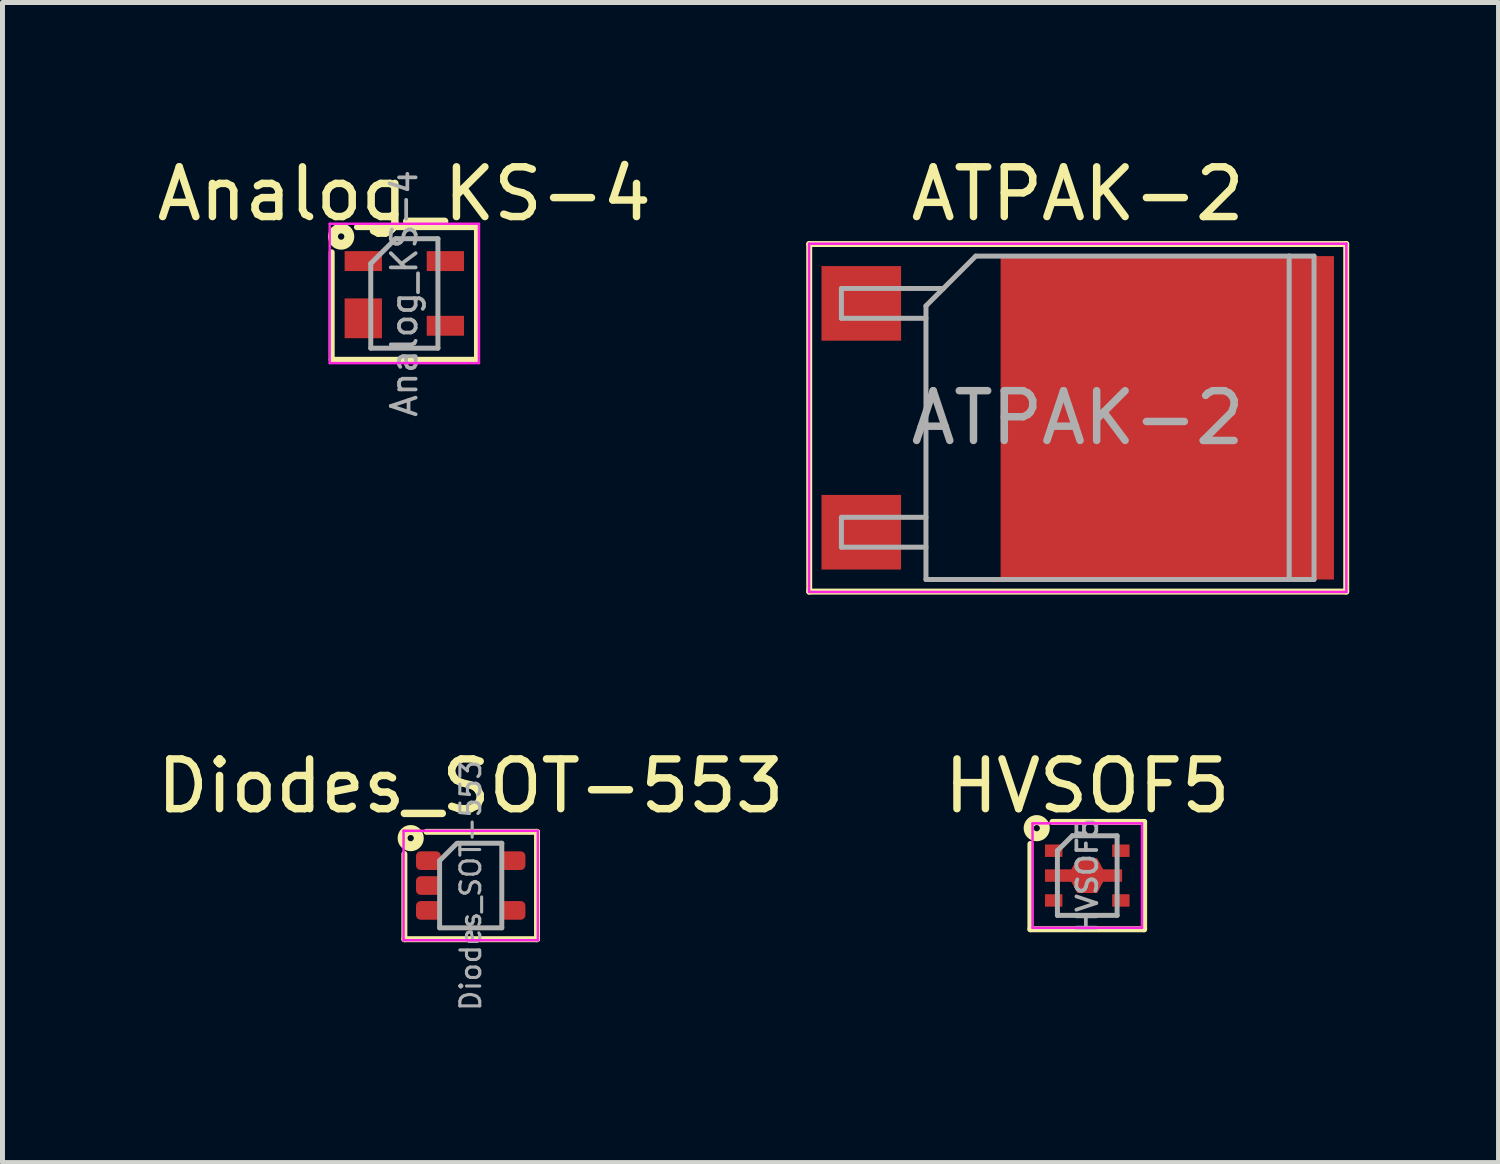
<source format=kicad_pcb>
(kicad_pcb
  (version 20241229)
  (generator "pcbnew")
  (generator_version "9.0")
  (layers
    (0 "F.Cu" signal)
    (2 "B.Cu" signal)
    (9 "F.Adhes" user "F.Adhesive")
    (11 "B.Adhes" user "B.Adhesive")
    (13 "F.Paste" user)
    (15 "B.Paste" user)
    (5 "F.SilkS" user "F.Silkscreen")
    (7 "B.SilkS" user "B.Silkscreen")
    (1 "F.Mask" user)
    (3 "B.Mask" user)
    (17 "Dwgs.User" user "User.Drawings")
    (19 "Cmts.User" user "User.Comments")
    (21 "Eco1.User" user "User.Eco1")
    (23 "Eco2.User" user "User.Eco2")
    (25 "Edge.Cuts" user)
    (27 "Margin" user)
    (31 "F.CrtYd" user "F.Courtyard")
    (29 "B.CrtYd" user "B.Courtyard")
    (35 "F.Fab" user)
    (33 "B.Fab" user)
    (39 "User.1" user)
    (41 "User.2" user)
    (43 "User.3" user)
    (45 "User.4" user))
  (footprint "ATPAK-2"
    (layer "F.Cu")
    (at 18.612 5.348)
    (property "Reference" "ATPAK-2" (at 0 -4.5 0) (layer "F.SilkS") (effects (font (size 1 1) (thickness 0.15))))
    (attr smd)
    (fp_line (start -5.397 -3.493) (end -5.397 3.493) (stroke (width 0.12) (type solid)) (layer "F.SilkS"))
    (fp_line (start -5.397 3.493) (end 5.397 3.493) (stroke (width 0.12) (type solid)) (layer "F.SilkS"))
    (fp_line (start 5.397 -3.493) (end -5.397 -3.493) (stroke (width 0.12) (type solid)) (layer "F.SilkS"))
    (fp_line (start 5.397 3.493) (end 5.397 -3.493) (stroke (width 0.12) (type solid)) (layer "F.SilkS"))
    (fp_line (start -5.4 -3.5) (end -5.4 3.5) (stroke (width 0.05) (type solid)) (layer "F.CrtYd"))
    (fp_line (start -5.4 3.5) (end 5.4 3.5) (stroke (width 0.05) (type solid)) (layer "F.CrtYd"))
    (fp_line (start 5.4 -3.5) (end -5.4 -3.5) (stroke (width 0.05) (type solid)) (layer "F.CrtYd"))
    (fp_line (start 5.4 3.5) (end 5.4 -3.5) (stroke (width 0.05) (type solid)) (layer "F.CrtYd"))
    (fp_line (start -4.75 -2.6) (end -4.75 -2) (stroke (width 0.1) (type solid)) (layer "F.Fab"))
    (fp_line (start -4.75 -2) (end -3.05 -2) (stroke (width 0.1) (type solid)) (layer "F.Fab"))
    (fp_line (start -4.75 2) (end -4.75 2.6) (stroke (width 0.1) (type solid)) (layer "F.Fab"))
    (fp_line (start -4.75 2.6) (end -3.05 2.6) (stroke (width 0.1) (type solid)) (layer "F.Fab"))
    (fp_line (start -3.05 -2.25) (end -2.05 -3.25) (stroke (width 0.1) (type solid)) (layer "F.Fab"))
    (fp_line (start -3.05 2) (end -4.75 2) (stroke (width 0.1) (type solid)) (layer "F.Fab"))
    (fp_line (start -3.05 3.25) (end -3.05 -2.25) (stroke (width 0.1) (type solid)) (layer "F.Fab"))
    (fp_line (start -2.7 -2.6) (end -4.75 -2.6) (stroke (width 0.1) (type solid)) (layer "F.Fab"))
    (fp_line (start -2.05 -3.25) (end 4.25 -3.25) (stroke (width 0.1) (type solid)) (layer "F.Fab"))
    (fp_line (start 4.25 -3.25) (end 4.25 3.25) (stroke (width 0.1) (type solid)) (layer "F.Fab"))
    (fp_line (start 4.25 -3.25) (end 4.75 -3.25) (stroke (width 0.1) (type solid)) (layer "F.Fab"))
    (fp_line (start 4.25 3.25) (end -3.05 3.25) (stroke (width 0.1) (type solid)) (layer "F.Fab"))
    (fp_line (start 4.75 -3.25) (end 4.75 3.25) (stroke (width 0.1) (type solid)) (layer "F.Fab"))
    (fp_line (start 4.75 3.25) (end 4.25 3.25) (stroke (width 0.1) (type solid)) (layer "F.Fab"))
    (fp_text user "${REFERENCE}" (at 0 0 0) (layer "F.Fab") (effects (font (size 1 1) (thickness 0.15))))
    (pad "" smd rect (at 0.05 -1.7) (size 3.2 3.1) (layers "F.Paste"))
    (pad "" smd rect (at 0.05 1.7) (size 3.2 3.1) (layers "F.Paste"))
    (pad "" smd rect (at 3.55 -1.7) (size 3.2 3.1) (layers "F.Paste"))
    (pad "" smd rect (at 3.55 1.7) (size 3.2 3.1) (layers "F.Paste"))
    (pad "1" smd rect (at -4.35 -2.3) (size 1.6 1.5) (layers "F.Cu" "F.Mask" "F.Paste"))
    (pad "2" smd rect (at 1.8 0) (size 6.7 6.5) (layers "F.Cu" "F.Mask"))
    (pad "3" smd rect (at -4.35 2.3) (size 1.6 1.5) (layers "F.Cu" "F.Mask" "F.Paste")))
  (footprint "Analog_KS-4"
    (layer "F.Cu")
    (at 5.077 2.848)
    (property "Reference" "Analog_KS-4" (at 0 -2 0) (layer "F.SilkS") (effects (font (size 1 1) (thickness 0.15))))
    (attr smd)
    (fp_line (start -1.46 -0.826) (end -1.46 1.333) (stroke (width 0.12) (type solid)) (layer "F.SilkS"))
    (fp_line (start -1.46 1.333) (end 1.46 1.333) (stroke (width 0.12) (type solid)) (layer "F.SilkS"))
    (fp_line (start 1.46 -1.333) (end -0.953 -1.333) (stroke (width 0.12) (type solid)) (layer "F.SilkS"))
    (fp_line (start 1.46 1.333) (end 1.46 -1.333) (stroke (width 0.12) (type solid)) (layer "F.SilkS"))
    (fp_circle (center -1.27 -1.143) (end -1.206 -1.143) (stroke (width 0.2) (type solid)) (fill no) (layer "F.SilkS"))
    (fp_line (start -1.5 -1.4) (end -1.5 1.4) (stroke (width 0.05) (type solid)) (layer "F.CrtYd"))
    (fp_line (start -1.5 -1.4) (end 1.5 -1.4) (stroke (width 0.05) (type solid)) (layer "F.CrtYd"))
    (fp_line (start -1.5 1.4) (end 1.5 1.4) (stroke (width 0.05) (type solid)) (layer "F.CrtYd"))
    (fp_line (start 1.5 1.4) (end 1.5 -1.4) (stroke (width 0.05) (type solid)) (layer "F.CrtYd"))
    (fp_line (start -0.675 -0.6) (end -0.675 1.1) (stroke (width 0.1) (type solid)) (layer "F.Fab"))
    (fp_line (start -0.175 -1.1) (end -0.675 -0.6) (stroke (width 0.1) (type solid)) (layer "F.Fab"))
    (fp_line (start 0.675 -1.1) (end -0.175 -1.1) (stroke (width 0.1) (type solid)) (layer "F.Fab"))
    (fp_line (start 0.675 -1.1) (end 0.675 1.1) (stroke (width 0.1) (type solid)) (layer "F.Fab"))
    (fp_line (start 0.675 1.1) (end -0.675 1.1) (stroke (width 0.1) (type solid)) (layer "F.Fab"))
    (fp_text user "${REFERENCE}" (at 0 0 90) (layer "F.Fab") (effects (font (size 0.5 0.5) (thickness 0.075))))
    (pad "1" smd rect (at -0.825 -0.65) (size 0.75 0.4) (layers "F.Cu" "F.Mask" "F.Paste"))
    (pad "2" smd rect (at -0.825 0.5) (size 0.75 0.8) (layers "F.Cu" "F.Mask" "F.Paste"))
    (pad "3" smd rect (at 0.825 0.65) (size 0.75 0.4) (layers "F.Cu" "F.Mask" "F.Paste"))
    (pad "4" smd rect (at 0.825 -0.65) (size 0.75 0.4) (layers "F.Cu" "F.Mask" "F.Paste")))
  (footprint "Diodes_SOT-553"
    (layer "F.Cu")
    (at 6.411 14.749)
    (property "Reference" "Diodes_SOT-553" (at 0 -2 0) (layer "F.SilkS") (effects (font (size 1 1) (thickness 0.15))))
    (attr smd)
    (fp_line (start -1.333 -0.635) (end -1.333 1.079) (stroke (width 0.12) (type solid)) (layer "F.SilkS"))
    (fp_line (start -1.333 1.079) (end 1.333 1.079) (stroke (width 0.12) (type solid)) (layer "F.SilkS"))
    (fp_line (start 1.333 -1.079) (end -0.889 -1.079) (stroke (width 0.12) (type solid)) (layer "F.SilkS"))
    (fp_line (start 1.333 1.079) (end 1.333 -1.079) (stroke (width 0.12) (type solid)) (layer "F.SilkS"))
    (fp_circle (center -1.206 -0.953) (end -1.143 -0.953) (stroke (width 0.2) (type solid)) (fill no) (layer "F.SilkS"))
    (fp_line (start -1.35 -1.1) (end -1.35 1.1) (stroke (width 0.05) (type solid)) (layer "F.CrtYd"))
    (fp_line (start -1.35 -1.1) (end 1.35 -1.1) (stroke (width 0.05) (type solid)) (layer "F.CrtYd"))
    (fp_line (start 1.35 1.1) (end -1.35 1.1) (stroke (width 0.05) (type solid)) (layer "F.CrtYd"))
    (fp_line (start 1.35 1.1) (end 1.35 -1.1) (stroke (width 0.05) (type solid)) (layer "F.CrtYd"))
    (fp_line (start -0.625 -0.5) (end -0.625 0.85) (stroke (width 0.1) (type solid)) (layer "F.Fab"))
    (fp_line (start -0.625 -0.5) (end -0.275 -0.85) (stroke (width 0.1) (type solid)) (layer "F.Fab"))
    (fp_line (start -0.625 0.85) (end 0.625 0.85) (stroke (width 0.1) (type solid)) (layer "F.Fab"))
    (fp_line (start 0.625 -0.85) (end -0.25 -0.85) (stroke (width 0.1) (type solid)) (layer "F.Fab"))
    (fp_line (start 0.625 0.85) (end 0.625 -0.85) (stroke (width 0.1) (type solid)) (layer "F.Fab"))
    (fp_text user "${REFERENCE}" (at 0 0 90) (layer "F.Fab") (effects (font (size 0.4 0.4) (thickness 0.062))))
    (pad "1" smd roundrect (at -0.85 -0.5) (size 0.5 0.375) (layers "F.Cu" "F.Mask" "F.Paste") (roundrect_rratio 0.25))
    (pad "2" smd roundrect (at -0.85 0) (size 0.5 0.375) (layers "F.Cu" "F.Mask" "F.Paste") (roundrect_rratio 0.25))
    (pad "3" smd roundrect (at -0.85 0.5) (size 0.5 0.375) (layers "F.Cu" "F.Mask" "F.Paste") (roundrect_rratio 0.25))
    (pad "4" smd roundrect (at 0.85 0.5) (size 0.5 0.375) (layers "F.Cu" "F.Mask" "F.Paste") (roundrect_rratio 0.25))
    (pad "5" smd roundrect (at 0.85 -0.5) (size 0.5 0.375) (layers "F.Cu" "F.Mask" "F.Paste") (roundrect_rratio 0.25)))
  (footprint "HVSOF5"
    (layer "F.Cu")
    (at 18.804 14.549)
    (property "Reference" "HVSOF5" (at 0 -1.8 0) (layer "F.SilkS") (effects (font (size 1 1) (thickness 0.15))))
    (attr smd)
    (fp_line (start -1.143 -0.635) (end -1.143 1.079) (stroke (width 0.12) (type solid)) (layer "F.SilkS"))
    (fp_line (start -1.143 1.079) (end 1.143 1.079) (stroke (width 0.12) (type solid)) (layer "F.SilkS"))
    (fp_line (start 1.143 -1.079) (end -0.699 -1.079) (stroke (width 0.12) (type solid)) (layer "F.SilkS"))
    (fp_line (start 1.143 1.079) (end 1.143 -1.079) (stroke (width 0.12) (type solid)) (layer "F.SilkS"))
    (fp_circle (center -1.016 -0.953) (end -0.953 -0.953) (stroke (width 0.2) (type solid)) (fill no) (layer "F.SilkS"))
    (fp_line (start -1.1 -1.05) (end -1.1 1.05) (stroke (width 0.05) (type solid)) (layer "F.CrtYd"))
    (fp_line (start -1.1 -1.05) (end 1.1 -1.05) (stroke (width 0.05) (type solid)) (layer "F.CrtYd"))
    (fp_line (start 1.1 1.05) (end -1.1 1.05) (stroke (width 0.05) (type solid)) (layer "F.CrtYd"))
    (fp_line (start 1.1 1.05) (end 1.1 -1.05) (stroke (width 0.05) (type solid)) (layer "F.CrtYd"))
    (fp_line (start -0.6 -0.5) (end -0.6 0.8) (stroke (width 0.1) (type solid)) (layer "F.Fab"))
    (fp_line (start -0.6 -0.5) (end -0.3 -0.8) (stroke (width 0.1) (type solid)) (layer "F.Fab"))
    (fp_line (start 0.6 -0.8) (end -0.3 -0.8) (stroke (width 0.1) (type solid)) (layer "F.Fab"))
    (fp_line (start 0.6 -0.8) (end 0.6 0.8) (stroke (width 0.1) (type solid)) (layer "F.Fab"))
    (fp_line (start 0.6 0.8) (end -0.6 0.8) (stroke (width 0.1) (type solid)) (layer "F.Fab"))
    (fp_text user "${REFERENCE}" (at 0 0 90) (layer "F.Fab") (effects (font (size 0.4 0.4) (thickness 0.075))))
    (pad "1" smd rect (at -0.675 -0.5) (size 0.35 0.25) (layers "F.Cu" "F.Mask" "F.Paste"))
    (pad "2" smd custom (at 0 0) (size 0.4 0.7) (layers "F.Cu" "F.Mask" "F.Paste") (options (anchor rect)) (primitives (gr_poly (pts (xy 0.32 -0.125) (xy 0.7 -0.125) (xy 0.7 0.125) (xy 0.32 0.125) (xy 0.2 0.35) (xy -0.2 0.35) (xy -0.32 0.125) (xy -0.85 0.125) (xy -0.85 -0.125) (xy -0.32 -0.125) (xy -0.2 -0.35) (xy 0.2 -0.35)) (width 0) (fill yes))))
    (pad "3" smd rect (at -0.675 0.5) (size 0.35 0.25) (layers "F.Cu" "F.Mask" "F.Paste"))
    (pad "4" smd rect (at 0.675 0.5) (size 0.35 0.25) (layers "F.Cu" "F.Mask" "F.Paste"))
    (pad "5" smd rect (at 0.675 -0.5) (size 0.35 0.25) (layers "F.Cu" "F.Mask" "F.Paste")))
  (gr_rect
    (start -3 -3)
    (end 27.07 20.317)
    (stroke (width 0.1) (type default))
    (fill no)
    (layer "Edge.Cuts")))
</source>
